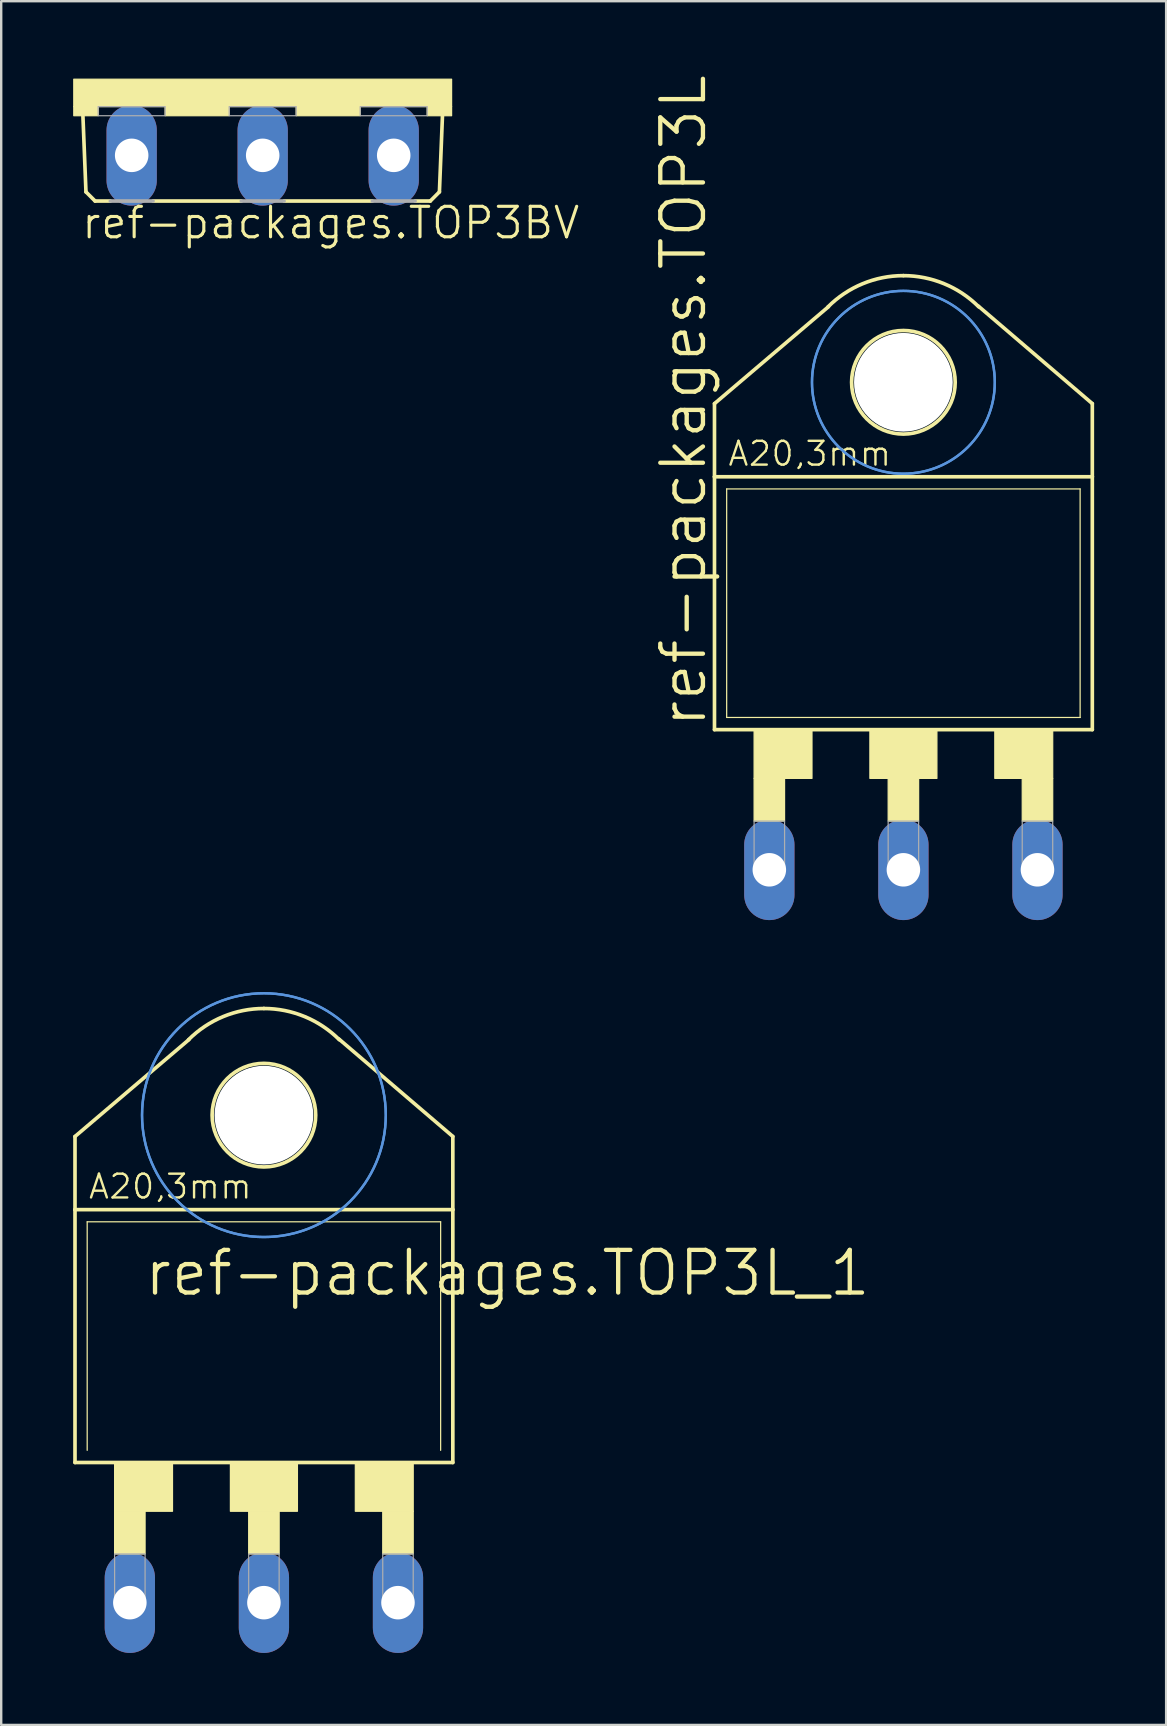
<source format=kicad_pcb>
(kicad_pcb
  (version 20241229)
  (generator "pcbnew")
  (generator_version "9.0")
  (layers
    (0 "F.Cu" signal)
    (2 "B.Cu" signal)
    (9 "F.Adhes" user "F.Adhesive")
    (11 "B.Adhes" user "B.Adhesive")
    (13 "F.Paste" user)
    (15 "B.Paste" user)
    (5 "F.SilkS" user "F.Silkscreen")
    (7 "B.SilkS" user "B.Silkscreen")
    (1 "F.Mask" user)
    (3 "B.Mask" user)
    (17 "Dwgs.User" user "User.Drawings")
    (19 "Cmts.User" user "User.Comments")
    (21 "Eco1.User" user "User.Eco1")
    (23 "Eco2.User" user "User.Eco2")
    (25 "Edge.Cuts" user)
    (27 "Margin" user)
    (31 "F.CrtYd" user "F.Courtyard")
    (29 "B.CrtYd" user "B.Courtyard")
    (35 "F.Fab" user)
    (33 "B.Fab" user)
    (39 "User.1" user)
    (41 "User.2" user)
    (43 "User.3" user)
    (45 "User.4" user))
  (footprint "ref-packages.TOP3BV"
    (layer "F.Cu")
    (at 7.899 0.25)
    (property "Reference" "ref-packages.TOP3BV" (at -7.62 6.731 0) (layer "F.SilkS") (effects (font (size 1.27 1.27) (thickness 0.13)) (justify left bottom)))
    (attr through_hole)
    (fp_line (start -7.366 4.699) (end -7.493 1.524) (stroke (width 0.152) (type default)) (layer "F.SilkS"))
    (fp_line (start -6.985 5.08) (end -7.366 4.699) (stroke (width 0.152) (type default)) (layer "F.SilkS"))
    (fp_line (start -6.35 5.08) (end -6.985 5.08) (stroke (width 0.152) (type default)) (layer "F.SilkS"))
    (fp_line (start -0.889 5.08) (end -4.572 5.08) (stroke (width 0.152) (type default)) (layer "F.SilkS"))
    (fp_line (start 4.572 5.08) (end 0.889 5.08) (stroke (width 0.152) (type default)) (layer "F.SilkS"))
    (fp_line (start 6.985 5.08) (end 6.35 5.08) (stroke (width 0.152) (type default)) (layer "F.SilkS"))
    (fp_line (start 6.985 5.08) (end 7.366 4.699) (stroke (width 0.152) (type default)) (layer "F.SilkS"))
    (fp_line (start 7.366 4.699) (end 7.493 1.524) (stroke (width 0.152) (type default)) (layer "F.SilkS"))
    (fp_rect (start -7.874 1.143) (end 7.874 0) (stroke (width 0.05) (type default)) (fill yes) (layer "F.SilkS"))
    (fp_rect (start -7.874 1.524) (end -6.858 1.143) (stroke (width 0.05) (type default)) (fill yes) (layer "F.SilkS"))
    (fp_rect (start -4.064 1.524) (end -1.397 1.143) (stroke (width 0.05) (type default)) (fill yes) (layer "F.SilkS"))
    (fp_rect (start 1.397 1.524) (end 4.064 1.143) (stroke (width 0.05) (type default)) (fill yes) (layer "F.SilkS"))
    (fp_rect (start 6.858 1.524) (end 7.874 1.143) (stroke (width 0.05) (type default)) (fill yes) (layer "F.SilkS"))
    (fp_line (start -4.572 5.08) (end -6.35 5.08) (stroke (width 0.152) (type default)) (layer "F.Fab"))
    (fp_line (start 0.889 5.08) (end -0.889 5.08) (stroke (width 0.152) (type default)) (layer "F.Fab"))
    (fp_line (start 6.35 5.08) (end 4.572 5.08) (stroke (width 0.152) (type default)) (layer "F.Fab"))
    (fp_rect (start -6.858 1.524) (end -4.064 1.143) (stroke (width 0.05) (type default)) (fill no) (layer "F.Fab"))
    (fp_rect (start -1.397 1.524) (end 1.397 1.143) (stroke (width 0.05) (type default)) (fill no) (layer "F.Fab"))
    (fp_rect (start 4.064 1.524) (end 6.858 1.143) (stroke (width 0.05) (type default)) (fill no) (layer "F.Fab"))
    (pad "D" thru_hole oval (at 0 3.175 90) (size 4.191 2.095) (drill 1.397) (layers "*.Cu" "*.Mask"))
    (pad "G" thru_hole oval (at -5.461 3.175 90) (size 4.191 2.095) (drill 1.397) (layers "*.Cu" "*.Mask"))
    (pad "S" thru_hole oval (at 5.461 3.175 90) (size 4.191 2.095) (drill 1.397) (layers "*.Cu" "*.Mask")))
  (footprint "ref-packages.TOP3L_1"
    (layer "F.Cu")
    (at 7.95 56.13)
    (property "Reference" "ref-packages.TOP3L_1" (at -5.08 -5.08 0) (layer "F.SilkS") (effects (font (size 1.778 1.778) (thickness 0.18)) (justify left bottom)))
    (attr through_hole)
    (fp_line (start -7.874 -11.811) (end -3.124 -15.85) (stroke (width 0.152) (type default)) (layer "F.SilkS"))
    (fp_line (start -7.874 -8.763) (end -7.874 -11.811) (stroke (width 0.152) (type default)) (layer "F.SilkS"))
    (fp_line (start -7.874 1.778) (end -7.874 -8.763) (stroke (width 0.152) (type default)) (layer "F.SilkS"))
    (fp_line (start -7.874 1.778) (end 7.874 1.778) (stroke (width 0.152) (type default)) (layer "F.SilkS"))
    (fp_line (start -7.366 1.27) (end -7.366 -8.255) (stroke (width 0.051) (type default)) (layer "F.SilkS"))
    (fp_line (start 7.366 -8.255) (end -7.366 -8.255) (stroke (width 0.051) (type default)) (layer "F.SilkS"))
    (fp_line (start 7.366 -8.255) (end 7.366 1.27) (stroke (width 0.051) (type default)) (layer "F.SilkS"))
    (fp_line (start 7.874 -11.811) (end 3.124 -15.875) (stroke (width 0.152) (type default)) (layer "F.SilkS"))
    (fp_line (start 7.874 -8.763) (end -7.874 -8.763) (stroke (width 0.152) (type default)) (layer "F.SilkS"))
    (fp_line (start 7.874 -8.763) (end 7.874 -11.811) (stroke (width 0.152) (type default)) (layer "F.SilkS"))
    (fp_line (start 7.874 -8.763) (end 7.874 1.778) (stroke (width 0.152) (type default)) (layer "F.SilkS"))
    (fp_rect (start -6.223 3.81) (end -3.81 1.778) (stroke (width 0.05) (type default)) (fill yes) (layer "F.SilkS"))
    (fp_rect (start -6.223 5.588) (end -4.953 3.81) (stroke (width 0.05) (type default)) (fill yes) (layer "F.SilkS"))
    (fp_rect (start -1.397 3.81) (end 1.397 1.778) (stroke (width 0.05) (type default)) (fill yes) (layer "F.SilkS"))
    (fp_rect (start -0.635 5.588) (end 0.635 3.81) (stroke (width 0.05) (type default)) (fill yes) (layer "F.SilkS"))
    (fp_rect (start 3.81 3.81) (end 6.223 1.778) (stroke (width 0.05) (type default)) (fill yes) (layer "F.SilkS"))
    (fp_rect (start 4.953 5.588) (end 6.223 3.81) (stroke (width 0.05) (type default)) (fill yes) (layer "F.SilkS"))
    (fp_arc (start -3.1431 -15.8431) (mid -1.701032 -16.806651) (end 0 -17.145) (stroke (width 0.1524) (type default)) (layer "F.SilkS"))
    (fp_arc (start 0 -17.145) (mid 1.701032 -16.806651) (end 3.1431 -15.8431) (stroke (width 0.1524) (type default)) (layer "F.SilkS"))
    (fp_circle (center 0 -12.7) (end 2.159 -12.7) (stroke (width 0.152) (type default)) (fill no) (layer "F.SilkS"))
    (fp_circle (center 0 -12.7) (end 5.08 -12.7) (stroke (width 0.1) (type default)) (fill no) (layer "Cmts.User"))
    (fp_circle (center 0 -12.7) (end 5.08 -12.7) (stroke (width 0.1) (type default)) (fill no) (layer "Cmts.User"))
    (fp_rect (start -6.223 7.62) (end -4.953 5.588) (stroke (width 0.05) (type default)) (fill no) (layer "F.Fab"))
    (fp_rect (start -0.635 7.62) (end 0.635 5.588) (stroke (width 0.05) (type default)) (fill no) (layer "F.Fab"))
    (fp_rect (start 4.953 7.62) (end 6.223 5.588) (stroke (width 0.05) (type default)) (fill no) (layer "F.Fab"))
    (fp_text user "A20,3mm" (at -7.366 -9.144 0) (layer "F.SilkS") (effects (font (size 0.991 0.991) (thickness 0.1)) (justify left bottom)))
    (pad "" np_thru_hole circle (at 0 -12.7) (size 4.115 4.115) (drill 4.115) (layers "*.Cu" "*.Mask"))
    (pad "A1" thru_hole oval (at -5.588 7.62 90) (size 4.191 2.095) (drill 1.397) (layers "*.Cu" "*.Mask"))
    (pad "A2" thru_hole oval (at 0 7.62 90) (size 4.191 2.095) (drill 1.397) (layers "*.Cu" "*.Mask"))
    (pad "G" thru_hole oval (at 5.588 7.62 90) (size 4.191 2.095) (drill 1.397) (layers "*.Cu" "*.Mask")))
  (footprint "ref-packages.TOP3L"
    (layer "F.Cu")
    (at 34.604 25.584)
    (property "Reference" "ref-packages.TOP3L" (at -8.128 1.778 90) (layer "F.SilkS") (effects (font (size 1.778 1.778) (thickness 0.18)) (justify left bottom)))
    (attr through_hole)
    (fp_line (start -7.874 -11.811) (end -3.124 -15.85) (stroke (width 0.152) (type default)) (layer "F.SilkS"))
    (fp_line (start -7.874 -8.763) (end -7.874 -11.811) (stroke (width 0.152) (type default)) (layer "F.SilkS"))
    (fp_line (start -7.874 1.778) (end -7.874 -8.763) (stroke (width 0.152) (type default)) (layer "F.SilkS"))
    (fp_line (start -7.874 1.778) (end 7.874 1.778) (stroke (width 0.152) (type default)) (layer "F.SilkS"))
    (fp_line (start -7.366 1.27) (end -7.366 -8.255) (stroke (width 0.051) (type default)) (layer "F.SilkS"))
    (fp_line (start -7.366 1.27) (end 7.366 1.27) (stroke (width 0.051) (type default)) (layer "F.SilkS"))
    (fp_line (start 7.366 -8.255) (end -7.366 -8.255) (stroke (width 0.051) (type default)) (layer "F.SilkS"))
    (fp_line (start 7.366 -8.255) (end 7.366 1.27) (stroke (width 0.051) (type default)) (layer "F.SilkS"))
    (fp_line (start 7.874 -11.811) (end 3.124 -15.875) (stroke (width 0.152) (type default)) (layer "F.SilkS"))
    (fp_line (start 7.874 -8.763) (end -7.874 -8.763) (stroke (width 0.152) (type default)) (layer "F.SilkS"))
    (fp_line (start 7.874 -8.763) (end 7.874 -11.811) (stroke (width 0.152) (type default)) (layer "F.SilkS"))
    (fp_line (start 7.874 -8.763) (end 7.874 1.778) (stroke (width 0.152) (type default)) (layer "F.SilkS"))
    (fp_rect (start -6.223 3.81) (end -3.81 1.778) (stroke (width 0.05) (type default)) (fill yes) (layer "F.SilkS"))
    (fp_rect (start -6.223 5.588) (end -4.953 3.81) (stroke (width 0.05) (type default)) (fill yes) (layer "F.SilkS"))
    (fp_rect (start -1.397 3.81) (end 1.397 1.778) (stroke (width 0.05) (type default)) (fill yes) (layer "F.SilkS"))
    (fp_rect (start -0.635 5.588) (end 0.635 3.81) (stroke (width 0.05) (type default)) (fill yes) (layer "F.SilkS"))
    (fp_rect (start 3.81 3.81) (end 6.223 1.778) (stroke (width 0.05) (type default)) (fill yes) (layer "F.SilkS"))
    (fp_rect (start 4.953 5.588) (end 6.223 3.81) (stroke (width 0.05) (type default)) (fill yes) (layer "F.SilkS"))
    (fp_arc (start -3.1431 -15.8431) (mid -1.701032 -16.806651) (end 0 -17.145) (stroke (width 0.1524) (type default)) (layer "F.SilkS"))
    (fp_arc (start 0 -17.145) (mid 1.701032 -16.806651) (end 3.1431 -15.8431) (stroke (width 0.1524) (type default)) (layer "F.SilkS"))
    (fp_circle (center 0 -12.7) (end 2.159 -12.7) (stroke (width 0.152) (type default)) (fill no) (layer "F.SilkS"))
    (fp_circle (center 0 -12.7) (end 3.81 -12.7) (stroke (width 0.1) (type default)) (fill no) (layer "Cmts.User"))
    (fp_circle (center 0 -12.7) (end 3.81 -12.7) (stroke (width 0.1) (type default)) (fill no) (layer "Cmts.User"))
    (fp_rect (start -6.223 7.493) (end -4.953 5.588) (stroke (width 0.05) (type default)) (fill no) (layer "F.Fab"))
    (fp_rect (start -0.635 7.493) (end 0.635 5.588) (stroke (width 0.05) (type default)) (fill no) (layer "F.Fab"))
    (fp_rect (start 4.953 7.493) (end 6.223 5.588) (stroke (width 0.05) (type default)) (fill no) (layer "F.Fab"))
    (fp_text user "A20,3mm" (at -7.366 -9.144 0) (layer "F.SilkS") (effects (font (size 0.991 0.991) (thickness 0.1)) (justify left bottom)))
    (pad "" np_thru_hole circle (at 0 -12.7) (size 4.115 4.115) (drill 4.115) (layers "*.Cu" "*.Mask"))
    (pad "A1" thru_hole oval (at -5.588 7.62 90) (size 4.191 2.095) (drill 1.397) (layers "*.Cu" "*.Mask"))
    (pad "A2" thru_hole oval (at 5.588 7.62 90) (size 4.191 2.095) (drill 1.397) (layers "*.Cu" "*.Mask"))
    (pad "C" thru_hole oval (at 0 7.62 90) (size 4.191 2.095) (drill 1.397) (layers "*.Cu" "*.Mask")))
  (gr_rect
    (start -3 -3)
    (end 45.555 68.845)
    (stroke (width 0.1) (type default))
    (fill no)
    (layer "Edge.Cuts")))
</source>
